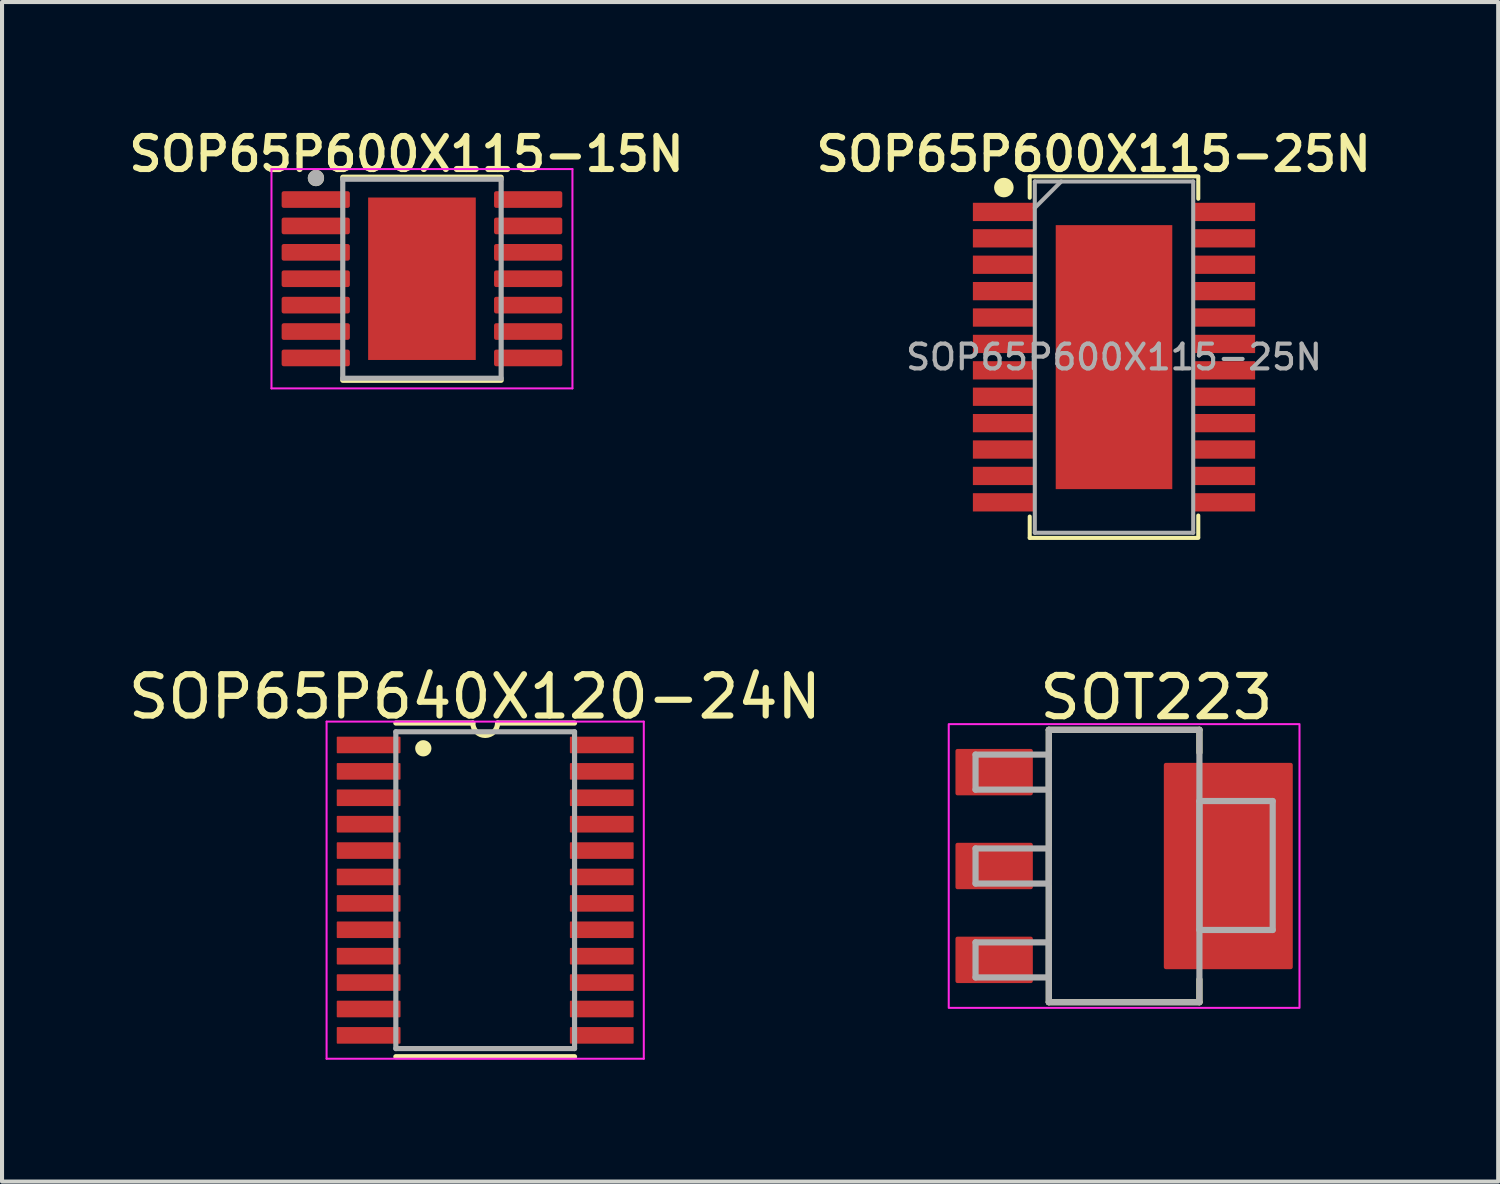
<source format=kicad_pcb>
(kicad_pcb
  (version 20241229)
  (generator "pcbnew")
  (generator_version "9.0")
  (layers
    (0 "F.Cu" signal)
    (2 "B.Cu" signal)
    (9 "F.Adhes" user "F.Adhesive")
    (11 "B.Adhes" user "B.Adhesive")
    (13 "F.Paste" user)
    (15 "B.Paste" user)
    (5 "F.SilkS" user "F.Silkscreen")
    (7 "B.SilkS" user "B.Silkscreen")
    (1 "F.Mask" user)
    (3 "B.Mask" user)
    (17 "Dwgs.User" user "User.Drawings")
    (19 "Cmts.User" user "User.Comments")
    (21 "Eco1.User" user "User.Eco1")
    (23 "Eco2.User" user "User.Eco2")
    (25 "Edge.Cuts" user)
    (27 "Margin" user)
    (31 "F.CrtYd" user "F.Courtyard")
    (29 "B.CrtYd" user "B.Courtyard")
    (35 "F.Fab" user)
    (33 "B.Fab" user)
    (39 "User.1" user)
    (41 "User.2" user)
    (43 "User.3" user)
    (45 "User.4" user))
  (footprint "SOP65P600X115-25N"
    (layer "F.Cu")
    (at 24.378 5.743)
    (property "Reference" "SOP65P600X115-25N" (at -0.5 -5 0) (layer "F.SilkS") (effects (font (size 0.813 0.813) (thickness 0.152) (bold yes))))
    (attr smd)
    (fp_line (start -2.075 -4.45) (end 2.075 -4.45) (stroke (width 0.1) (type default)) (layer "F.SilkS"))
    (fp_line (start -2.075 -3.925) (end -2.075 -4.45) (stroke (width 0.1) (type default)) (layer "F.SilkS"))
    (fp_line (start -2.075 3.925) (end -2.075 4.45) (stroke (width 0.1) (type default)) (layer "F.SilkS"))
    (fp_line (start -2.075 4.45) (end 2.075 4.45) (stroke (width 0.1) (type default)) (layer "F.SilkS"))
    (fp_line (start 2.075 -4.425) (end 2.075 -3.9) (stroke (width 0.1) (type default)) (layer "F.SilkS"))
    (fp_line (start 2.075 4.425) (end 2.075 3.9) (stroke (width 0.1) (type default)) (layer "F.SilkS"))
    (fp_circle (center -2.712 -4.175) (end -2.637 -4) (stroke (width 0.1) (type solid)) (fill yes) (layer "F.SilkS"))
    (fp_line (start -1.95 -4.325) (end 1.95 -4.325) (stroke (width 0.1) (type solid)) (layer "F.Fab"))
    (fp_line (start -1.95 -3.675) (end -1.3 -4.325) (stroke (width 0.1) (type solid)) (layer "F.Fab"))
    (fp_line (start -1.95 4.325) (end -1.95 -4.325) (stroke (width 0.1) (type solid)) (layer "F.Fab"))
    (fp_line (start 1.95 -4.325) (end 1.95 4.325) (stroke (width 0.1) (type solid)) (layer "F.Fab"))
    (fp_line (start 1.95 4.325) (end -1.95 4.325) (stroke (width 0.1) (type solid)) (layer "F.Fab"))
    (fp_text user "${REFERENCE}" (at 0 0 0) (layer "F.Fab") (effects (font (size 0.61 0.61) (thickness 0.102) (bold yes))))
    (pad "1" smd rect (at -2.712 -3.575 90) (size 0.45 1.525) (layers "F.Cu" "F.Mask" "F.Paste"))
    (pad "2" smd rect (at -2.712 -2.925 90) (size 0.45 1.525) (layers "F.Cu" "F.Mask" "F.Paste"))
    (pad "3" smd rect (at -2.712 -2.275 90) (size 0.45 1.525) (layers "F.Cu" "F.Mask" "F.Paste"))
    (pad "4" smd rect (at -2.712 -1.625 90) (size 0.45 1.525) (layers "F.Cu" "F.Mask" "F.Paste"))
    (pad "5" smd rect (at -2.712 -0.975 90) (size 0.45 1.525) (layers "F.Cu" "F.Mask" "F.Paste"))
    (pad "6" smd rect (at -2.712 -0.325 90) (size 0.45 1.525) (layers "F.Cu" "F.Mask" "F.Paste"))
    (pad "7" smd rect (at -2.712 0.325 90) (size 0.45 1.525) (layers "F.Cu" "F.Mask" "F.Paste"))
    (pad "8" smd rect (at -2.712 0.975 90) (size 0.45 1.525) (layers "F.Cu" "F.Mask" "F.Paste"))
    (pad "9" smd rect (at -2.712 1.625 90) (size 0.45 1.525) (layers "F.Cu" "F.Mask" "F.Paste"))
    (pad "10" smd rect (at -2.712 2.275 90) (size 0.45 1.525) (layers "F.Cu" "F.Mask" "F.Paste"))
    (pad "11" smd rect (at -2.712 2.925 90) (size 0.45 1.525) (layers "F.Cu" "F.Mask" "F.Paste"))
    (pad "12" smd rect (at -2.712 3.575 90) (size 0.45 1.525) (layers "F.Cu" "F.Mask" "F.Paste"))
    (pad "13" smd rect (at 2.712 3.575 90) (size 0.45 1.525) (layers "F.Cu" "F.Mask" "F.Paste"))
    (pad "14" smd rect (at 2.712 2.925 90) (size 0.45 1.525) (layers "F.Cu" "F.Mask" "F.Paste"))
    (pad "15" smd rect (at 2.712 2.275 90) (size 0.45 1.525) (layers "F.Cu" "F.Mask" "F.Paste"))
    (pad "16" smd rect (at 2.712 1.625 90) (size 0.45 1.525) (layers "F.Cu" "F.Mask" "F.Paste"))
    (pad "17" smd rect (at 2.712 0.975 90) (size 0.45 1.525) (layers "F.Cu" "F.Mask" "F.Paste"))
    (pad "18" smd rect (at 2.712 0.325 90) (size 0.45 1.525) (layers "F.Cu" "F.Mask" "F.Paste"))
    (pad "19" smd rect (at 2.712 -0.325 90) (size 0.45 1.525) (layers "F.Cu" "F.Mask" "F.Paste"))
    (pad "20" smd rect (at 2.712 -0.975 90) (size 0.45 1.525) (layers "F.Cu" "F.Mask" "F.Paste"))
    (pad "21" smd rect (at 2.712 -1.625 90) (size 0.45 1.525) (layers "F.Cu" "F.Mask" "F.Paste"))
    (pad "22" smd rect (at 2.712 -2.275 90) (size 0.45 1.525) (layers "F.Cu" "F.Mask" "F.Paste"))
    (pad "23" smd rect (at 2.712 -2.925 90) (size 0.45 1.525) (layers "F.Cu" "F.Mask" "F.Paste"))
    (pad "24" smd rect (at 2.712 -3.575 90) (size 0.45 1.525) (layers "F.Cu" "F.Mask" "F.Paste"))
    (pad "25" smd rect (at 0 0) (size 2.87 6.5) (layers "F.Cu" "F.Mask" "F.Paste")))
  (footprint "SOP65P640X120-24N"
    (layer "F.Cu")
    (at 8.896 18.867)
    (property "Reference" "SOP65P640X120-24N" (at -0.254 -4.763 0) (layer "F.SilkS") (effects (font (size 1.016 1.016) (thickness 0.152))))
    (attr smd)
    (fp_line (start -2.2 -4.115) (end -0.305 -4.115) (stroke (width 0.127) (type solid)) (layer "F.SilkS"))
    (fp_line (start -2.2 4.1) (end 2.2 4.1) (stroke (width 0.127) (type solid)) (layer "F.SilkS"))
    (fp_line (start 0.305 -4.115) (end 2.2 -4.115) (stroke (width 0.127) (type solid)) (layer "F.SilkS"))
    (fp_arc (start 0.3048 -4.1148) (mid 0 -3.81) (end -0.3048 -4.1148) (stroke (width 0.127) (type solid)) (layer "F.SilkS"))
    (fp_circle (center -1.524 -3.493) (end -1.424 -3.493) (stroke (width 0.2) (type solid)) (fill no) (layer "F.SilkS"))
    (fp_line (start -3.905 -4.15) (end -3.905 4.15) (stroke (width 0.05) (type solid)) (layer "F.CrtYd"))
    (fp_line (start -3.905 -4.15) (end 3.905 -4.15) (stroke (width 0.05) (type solid)) (layer "F.CrtYd"))
    (fp_line (start -3.905 4.15) (end 3.905 4.15) (stroke (width 0.05) (type solid)) (layer "F.CrtYd"))
    (fp_line (start 3.905 -4.15) (end 3.905 4.15) (stroke (width 0.05) (type solid)) (layer "F.CrtYd"))
    (fp_line (start -2.2 -3.9) (end -2.2 3.9) (stroke (width 0.127) (type solid)) (layer "F.Fab"))
    (fp_line (start -2.2 -3.9) (end 2.2 -3.9) (stroke (width 0.127) (type solid)) (layer "F.Fab"))
    (fp_line (start -2.2 3.9) (end 2.2 3.9) (stroke (width 0.127) (type solid)) (layer "F.Fab"))
    (fp_line (start 2.2 -3.9) (end 2.2 3.9) (stroke (width 0.127) (type solid)) (layer "F.Fab"))
    (pad "1" smd roundrect (at -2.87 -3.575) (size 1.57 0.41) (layers "F.Cu" "F.Mask" "F.Paste") (roundrect_rratio 0.05))
    (pad "2" smd roundrect (at -2.87 -2.925) (size 1.57 0.41) (layers "F.Cu" "F.Mask" "F.Paste") (roundrect_rratio 0.05))
    (pad "3" smd roundrect (at -2.87 -2.275) (size 1.57 0.41) (layers "F.Cu" "F.Mask" "F.Paste") (roundrect_rratio 0.05))
    (pad "4" smd roundrect (at -2.87 -1.625) (size 1.57 0.41) (layers "F.Cu" "F.Mask" "F.Paste") (roundrect_rratio 0.05))
    (pad "5" smd roundrect (at -2.87 -0.975) (size 1.57 0.41) (layers "F.Cu" "F.Mask" "F.Paste") (roundrect_rratio 0.05))
    (pad "6" smd roundrect (at -2.87 -0.325) (size 1.57 0.41) (layers "F.Cu" "F.Mask" "F.Paste") (roundrect_rratio 0.05))
    (pad "7" smd roundrect (at -2.87 0.325) (size 1.57 0.41) (layers "F.Cu" "F.Mask" "F.Paste") (roundrect_rratio 0.05))
    (pad "8" smd roundrect (at -2.87 0.975) (size 1.57 0.41) (layers "F.Cu" "F.Mask" "F.Paste") (roundrect_rratio 0.05))
    (pad "9" smd roundrect (at -2.87 1.625) (size 1.57 0.41) (layers "F.Cu" "F.Mask" "F.Paste") (roundrect_rratio 0.05))
    (pad "10" smd roundrect (at -2.87 2.275) (size 1.57 0.41) (layers "F.Cu" "F.Mask" "F.Paste") (roundrect_rratio 0.05))
    (pad "11" smd roundrect (at -2.87 2.925) (size 1.57 0.41) (layers "F.Cu" "F.Mask" "F.Paste") (roundrect_rratio 0.05))
    (pad "12" smd roundrect (at -2.87 3.575) (size 1.57 0.41) (layers "F.Cu" "F.Mask" "F.Paste") (roundrect_rratio 0.05))
    (pad "13" smd roundrect (at 2.87 3.575) (size 1.57 0.41) (layers "F.Cu" "F.Mask" "F.Paste") (roundrect_rratio 0.05))
    (pad "14" smd roundrect (at 2.87 2.925) (size 1.57 0.41) (layers "F.Cu" "F.Mask" "F.Paste") (roundrect_rratio 0.05))
    (pad "15" smd roundrect (at 2.87 2.275) (size 1.57 0.41) (layers "F.Cu" "F.Mask" "F.Paste") (roundrect_rratio 0.05))
    (pad "16" smd roundrect (at 2.87 1.625) (size 1.57 0.41) (layers "F.Cu" "F.Mask" "F.Paste") (roundrect_rratio 0.05))
    (pad "17" smd roundrect (at 2.87 0.975) (size 1.57 0.41) (layers "F.Cu" "F.Mask" "F.Paste") (roundrect_rratio 0.05))
    (pad "18" smd roundrect (at 2.87 0.325) (size 1.57 0.41) (layers "F.Cu" "F.Mask" "F.Paste") (roundrect_rratio 0.05))
    (pad "19" smd roundrect (at 2.87 -0.325) (size 1.57 0.41) (layers "F.Cu" "F.Mask" "F.Paste") (roundrect_rratio 0.05))
    (pad "20" smd roundrect (at 2.87 -0.975) (size 1.57 0.41) (layers "F.Cu" "F.Mask" "F.Paste") (roundrect_rratio 0.05))
    (pad "21" smd roundrect (at 2.87 -1.625) (size 1.57 0.41) (layers "F.Cu" "F.Mask" "F.Paste") (roundrect_rratio 0.05))
    (pad "22" smd roundrect (at 2.87 -2.275) (size 1.57 0.41) (layers "F.Cu" "F.Mask" "F.Paste") (roundrect_rratio 0.05))
    (pad "23" smd roundrect (at 2.87 -2.925) (size 1.57 0.41) (layers "F.Cu" "F.Mask" "F.Paste") (roundrect_rratio 0.05))
    (pad "24" smd roundrect (at 2.87 -3.575) (size 1.57 0.41) (layers "F.Cu" "F.Mask" "F.Paste") (roundrect_rratio 0.05)))
  (footprint "SOP65P600X115-15N"
    (layer "F.Cu")
    (at 7.339 3.813)
    (property "Reference" "SOP65P600X115-15N" (at -0.38 -3.07 0) (layer "F.SilkS") (effects (font (size 0.813 0.813) (thickness 0.152) (bold yes))))
    (attr smd)
    (fp_line (start -1.95 -2.5) (end 1.95 -2.5) (stroke (width 0.127) (type solid)) (layer "F.SilkS"))
    (fp_line (start -1.95 2.5) (end 1.95 2.5) (stroke (width 0.127) (type solid)) (layer "F.SilkS"))
    (fp_circle (center -2.61 -2.48) (end -2.51 -2.48) (stroke (width 0.2) (type solid)) (fill no) (layer "F.SilkS"))
    (fp_poly (pts (xy -0.838 -1.265) (xy 0.838 -1.265) (xy 0.838 1.265) (xy -0.838 1.265)) (stroke (width 0.01) (type solid)) (fill yes) (layer "F.Paste"))
    (fp_line (start -3.705 -2.7) (end -3.705 2.7) (stroke (width 0.05) (type solid)) (layer "F.CrtYd"))
    (fp_line (start -3.705 -2.7) (end 3.705 -2.7) (stroke (width 0.05) (type solid)) (layer "F.CrtYd"))
    (fp_line (start -3.705 2.7) (end 3.705 2.7) (stroke (width 0.05) (type solid)) (layer "F.CrtYd"))
    (fp_line (start 3.705 -2.7) (end 3.705 2.7) (stroke (width 0.05) (type solid)) (layer "F.CrtYd"))
    (fp_line (start -1.95 -2.45) (end -1.95 2.45) (stroke (width 0.127) (type solid)) (layer "F.Fab"))
    (fp_line (start -1.95 -2.45) (end 1.95 -2.45) (stroke (width 0.127) (type solid)) (layer "F.Fab"))
    (fp_line (start -1.95 2.45) (end 1.95 2.45) (stroke (width 0.127) (type solid)) (layer "F.Fab"))
    (fp_line (start 1.95 -2.45) (end 1.95 2.45) (stroke (width 0.127) (type solid)) (layer "F.Fab"))
    (fp_circle (center -2.61 -2.48) (end -2.51 -2.48) (stroke (width 0.2) (type solid)) (fill no) (layer "F.Fab"))
    (pad "1" smd roundrect (at -2.615 -1.95) (size 1.68 0.41) (layers "F.Cu" "F.Mask" "F.Paste") (roundrect_rratio 0.125))
    (pad "2" smd roundrect (at -2.615 -1.3) (size 1.68 0.41) (layers "F.Cu" "F.Mask" "F.Paste") (roundrect_rratio 0.125))
    (pad "3" smd roundrect (at -2.615 -0.65) (size 1.68 0.41) (layers "F.Cu" "F.Mask" "F.Paste") (roundrect_rratio 0.125))
    (pad "4" smd roundrect (at -2.615 0) (size 1.68 0.41) (layers "F.Cu" "F.Mask" "F.Paste") (roundrect_rratio 0.125))
    (pad "5" smd roundrect (at -2.615 0.65) (size 1.68 0.41) (layers "F.Cu" "F.Mask" "F.Paste") (roundrect_rratio 0.125))
    (pad "6" smd roundrect (at -2.615 1.3) (size 1.68 0.41) (layers "F.Cu" "F.Mask" "F.Paste") (roundrect_rratio 0.125))
    (pad "7" smd roundrect (at -2.615 1.95) (size 1.68 0.41) (layers "F.Cu" "F.Mask" "F.Paste") (roundrect_rratio 0.125))
    (pad "8" smd roundrect (at 2.615 1.95) (size 1.68 0.41) (layers "F.Cu" "F.Mask" "F.Paste") (roundrect_rratio 0.125))
    (pad "9" smd roundrect (at 2.615 1.3) (size 1.68 0.41) (layers "F.Cu" "F.Mask" "F.Paste") (roundrect_rratio 0.125))
    (pad "10" smd roundrect (at 2.615 0.65) (size 1.68 0.41) (layers "F.Cu" "F.Mask" "F.Paste") (roundrect_rratio 0.125))
    (pad "11" smd roundrect (at 2.615 0) (size 1.68 0.41) (layers "F.Cu" "F.Mask" "F.Paste") (roundrect_rratio 0.125))
    (pad "12" smd roundrect (at 2.615 -0.65) (size 1.68 0.41) (layers "F.Cu" "F.Mask" "F.Paste") (roundrect_rratio 0.125))
    (pad "13" smd roundrect (at 2.615 -1.3) (size 1.68 0.41) (layers "F.Cu" "F.Mask" "F.Paste") (roundrect_rratio 0.125))
    (pad "14" smd roundrect (at 2.615 -1.95) (size 1.68 0.41) (layers "F.Cu" "F.Mask" "F.Paste") (roundrect_rratio 0.125))
    (pad "15" smd rect (at 0 0) (size 2.65 4) (layers "F.Cu" "F.Mask")))
  (footprint "SOT223"
    (layer "F.Cu")
    (at 24.627 18.272)
    (property "Reference" "SOT223" (at -2.159 -3.556 0) (layer "F.SilkS") (effects (font (size 1.016 1.016) (thickness 0.152)) (justify left bottom)))
    (attr smd)
    (fp_line (start -1.854 -3.353) (end -1.854 3.353) (stroke (width 0.152) (type solid)) (layer "F.SilkS"))
    (fp_line (start -1.854 3.353) (end 1.854 3.353) (stroke (width 0.152) (type solid)) (layer "F.SilkS"))
    (fp_line (start 1.854 -3.353) (end -1.854 -3.353) (stroke (width 0.152) (type solid)) (layer "F.SilkS"))
    (fp_line (start 1.854 -3.353) (end 1.854 -2.794) (stroke (width 0.152) (type solid)) (layer "F.SilkS"))
    (fp_line (start 1.854 2.794) (end 1.854 3.353) (stroke (width 0.152) (type solid)) (layer "F.SilkS"))
    (fp_rect (start -4.318 -3.493) (end 4.318 3.493) (stroke (width 0.05) (type default)) (fill no) (layer "F.CrtYd"))
    (fp_line (start -3.658 -2.743) (end -3.658 -1.88) (stroke (width 0.152) (type solid)) (layer "F.Fab"))
    (fp_line (start -3.658 -1.88) (end -1.854 -1.88) (stroke (width 0.152) (type solid)) (layer "F.Fab"))
    (fp_line (start -3.658 -0.432) (end -3.658 0.432) (stroke (width 0.152) (type solid)) (layer "F.Fab"))
    (fp_line (start -3.658 0.432) (end -1.854 0.432) (stroke (width 0.152) (type solid)) (layer "F.Fab"))
    (fp_line (start -3.658 1.88) (end -3.658 2.743) (stroke (width 0.152) (type solid)) (layer "F.Fab"))
    (fp_line (start -3.658 2.743) (end -1.854 2.743) (stroke (width 0.152) (type solid)) (layer "F.Fab"))
    (fp_line (start -1.854 -3.353) (end -1.854 3.353) (stroke (width 0.152) (type solid)) (layer "F.Fab"))
    (fp_line (start -1.854 -2.743) (end -3.658 -2.743) (stroke (width 0.152) (type solid)) (layer "F.Fab"))
    (fp_line (start -1.854 -1.88) (end -1.854 -2.743) (stroke (width 0.152) (type solid)) (layer "F.Fab"))
    (fp_line (start -1.854 -0.432) (end -3.658 -0.432) (stroke (width 0.152) (type solid)) (layer "F.Fab"))
    (fp_line (start -1.854 0.432) (end -1.854 -0.432) (stroke (width 0.152) (type solid)) (layer "F.Fab"))
    (fp_line (start -1.854 1.88) (end -3.658 1.88) (stroke (width 0.152) (type solid)) (layer "F.Fab"))
    (fp_line (start -1.854 2.743) (end -1.854 1.88) (stroke (width 0.152) (type solid)) (layer "F.Fab"))
    (fp_line (start -1.854 3.353) (end 1.854 3.353) (stroke (width 0.152) (type solid)) (layer "F.Fab"))
    (fp_line (start 1.854 -3.353) (end -1.854 -3.353) (stroke (width 0.152) (type solid)) (layer "F.Fab"))
    (fp_line (start 1.854 -1.6) (end 1.854 -3.353) (stroke (width 0.152) (type solid)) (layer "F.Fab"))
    (fp_line (start 1.854 -1.6) (end 3.658 -1.6) (stroke (width 0.152) (type solid)) (layer "F.Fab"))
    (fp_line (start 1.854 -1.575) (end 1.854 1.575) (stroke (width 0.152) (type solid)) (layer "F.Fab"))
    (fp_line (start 1.854 1.575) (end 3.658 1.575) (stroke (width 0.152) (type solid)) (layer "F.Fab"))
    (fp_line (start 1.854 3.353) (end 1.854 -1.6) (stroke (width 0.152) (type solid)) (layer "F.Fab"))
    (fp_line (start 3.658 1.575) (end 3.658 -1.6) (stroke (width 0.152) (type solid)) (layer "F.Fab"))
    (pad "1" smd roundrect (at -3.2 -2.311) (size 1.905 1.143) (layers "F.Cu" "F.Mask" "F.Paste") (roundrect_rratio 0.044))
    (pad "2" smd roundrect (at -3.2 0) (size 1.905 1.143) (layers "F.Cu" "F.Mask" "F.Paste") (roundrect_rratio 0.044))
    (pad "3" smd roundrect (at -3.2 2.311) (size 1.905 1.143) (layers "F.Cu" "F.Mask" "F.Paste") (roundrect_rratio 0.044))
    (pad "4" smd roundrect (at 2.565 0) (size 3.175 5.08) (layers "F.Cu" "F.Mask" "F.Paste") (roundrect_rratio 0.016)))
  (gr_rect
    (start -3 -3)
    (end 33.837 26.042)
    (stroke (width 0.1) (type default))
    (fill no)
    (layer "Edge.Cuts")))
</source>
